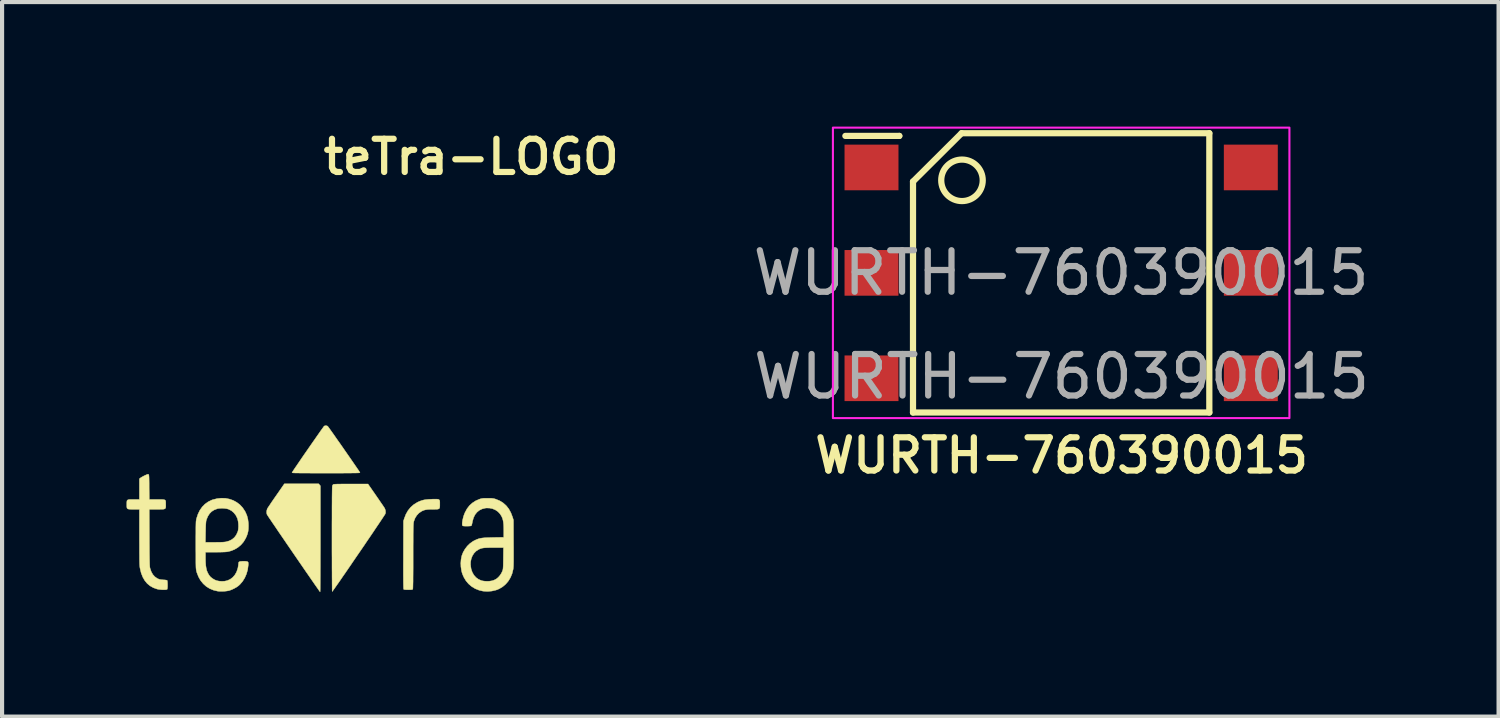
<source format=kicad_pcb>
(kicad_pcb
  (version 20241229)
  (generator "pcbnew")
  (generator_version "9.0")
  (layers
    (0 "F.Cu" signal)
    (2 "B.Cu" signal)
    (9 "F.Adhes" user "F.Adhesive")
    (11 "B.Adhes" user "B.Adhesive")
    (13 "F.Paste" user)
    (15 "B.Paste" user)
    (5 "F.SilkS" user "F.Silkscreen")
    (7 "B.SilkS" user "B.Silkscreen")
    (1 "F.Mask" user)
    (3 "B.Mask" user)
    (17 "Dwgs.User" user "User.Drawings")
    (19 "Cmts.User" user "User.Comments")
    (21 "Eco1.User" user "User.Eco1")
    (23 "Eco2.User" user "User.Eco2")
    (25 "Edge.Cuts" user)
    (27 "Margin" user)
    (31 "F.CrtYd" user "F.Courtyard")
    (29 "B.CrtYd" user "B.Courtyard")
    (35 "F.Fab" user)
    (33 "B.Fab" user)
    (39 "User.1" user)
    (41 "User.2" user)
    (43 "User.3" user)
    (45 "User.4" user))
  (footprint "teTra-LOGO"
    (layer "F.Cu")
    (at 4.802 9.231)
    (property "Reference" "teTra-LOGO" (at 3.5 -8.5 0) (unlocked yes) (layer "F.SilkS") (effects (font (size 0.8 0.8) (thickness 0.15))))
    (attr smd)
    (fp_poly (pts (xy -0.153 -0.599) (xy -0.132 -0.575) (xy -0.132 0.703) (xy -0.132 0.848) (xy -0.132 0.989) (xy -0.133 1.125) (xy -0.133 1.253) (xy -0.133 1.375) (xy -0.134 1.488) (xy -0.134 1.592) (xy -0.135 1.685) (xy -0.135 1.768) (xy -0.136 1.838) (xy -0.136 1.895) (xy -0.137 1.939) (xy -0.138 1.967) (xy -0.139 1.98) (xy -0.139 1.981) (xy -0.144 1.974) (xy -0.159 1.954) (xy -0.182 1.921) (xy -0.213 1.877) (xy -0.251 1.823) (xy -0.296 1.758) (xy -0.347 1.685) (xy -0.403 1.603) (xy -0.465 1.514) (xy -0.531 1.418) (xy -0.601 1.316) (xy -0.675 1.209) (xy -0.751 1.098) (xy -0.778 1.059) (xy -0.855 0.946) (xy -0.93 0.837) (xy -1.001 0.733) (xy -1.069 0.633) (xy -1.133 0.54) (xy -1.191 0.454) (xy -1.244 0.376) (xy -1.292 0.306) (xy -1.332 0.246) (xy -1.366 0.196) (xy -1.392 0.157) (xy -1.409 0.13) (xy -1.418 0.116) (xy -1.419 0.114) (xy -1.427 0.077) (xy -1.426 0.033) (xy -1.416 -0.008) (xy -1.411 -0.022) (xy -1.403 -0.036) (xy -1.386 -0.063) (xy -1.361 -0.099) (xy -1.331 -0.145) (xy -1.295 -0.198) (xy -1.255 -0.256) (xy -1.212 -0.318) (xy -1.197 -0.339) (xy -1 -0.623) (xy -0.173 -0.623) (xy -0.153 -0.599)) (stroke (width 0.01) (type solid)) (fill yes) (layer "F.SilkS"))
    (fp_poly (pts (xy 0.022 -2.021) (xy 0.043 -2.012) (xy 0.05 -2.003) (xy 0.066 -1.982) (xy 0.089 -1.95) (xy 0.12 -1.907) (xy 0.156 -1.856) (xy 0.198 -1.797) (xy 0.243 -1.732) (xy 0.292 -1.662) (xy 0.344 -1.589) (xy 0.397 -1.513) (xy 0.45 -1.436) (xy 0.503 -1.36) (xy 0.555 -1.285) (xy 0.605 -1.213) (xy 0.652 -1.145) (xy 0.695 -1.082) (xy 0.733 -1.027) (xy 0.766 -0.979) (xy 0.792 -0.941) (xy 0.81 -0.913) (xy 0.82 -0.897) (xy 0.821 -0.895) (xy 0.821 -0.892) (xy 0.818 -0.89) (xy 0.81 -0.889) (xy 0.798 -0.887) (xy 0.78 -0.886) (xy 0.755 -0.885) (xy 0.722 -0.884) (xy 0.681 -0.883) (xy 0.629 -0.883) (xy 0.567 -0.882) (xy 0.493 -0.882) (xy 0.407 -0.881) (xy 0.307 -0.881) (xy 0.192 -0.881) (xy 0.061 -0.881) (xy 0.003 -0.881) (xy -0.134 -0.881) (xy -0.254 -0.881) (xy -0.36 -0.881) (xy -0.452 -0.882) (xy -0.531 -0.882) (xy -0.598 -0.882) (xy -0.653 -0.883) (xy -0.699 -0.883) (xy -0.735 -0.884) (xy -0.763 -0.885) (xy -0.784 -0.886) (xy -0.799 -0.888) (xy -0.808 -0.889) (xy -0.813 -0.891) (xy -0.815 -0.893) (xy -0.815 -0.895) (xy -0.808 -0.906) (xy -0.793 -0.929) (xy -0.771 -0.963) (xy -0.741 -1.008) (xy -0.705 -1.06) (xy -0.664 -1.12) (xy -0.619 -1.186) (xy -0.571 -1.257) (xy -0.52 -1.331) (xy -0.467 -1.407) (xy -0.414 -1.484) (xy -0.361 -1.56) (xy -0.309 -1.635) (xy -0.259 -1.706) (xy -0.212 -1.774) (xy -0.169 -1.835) (xy -0.131 -1.89) (xy -0.098 -1.936) (xy -0.071 -1.973) (xy -0.052 -2) (xy -0.041 -2.014) (xy -0.039 -2.016) (xy -0.01 -2.024) (xy 0.022 -2.021)) (stroke (width 0.01) (type solid)) (fill yes) (layer "F.SilkS"))
    (fp_poly (pts (xy 1.21 -0.338) (xy 1.253 -0.276) (xy 1.293 -0.217) (xy 1.33 -0.163) (xy 1.362 -0.117) (xy 1.388 -0.078) (xy 1.407 -0.05) (xy 1.417 -0.033) (xy 1.419 -0.031) (xy 1.435 0.015) (xy 1.439 0.066) (xy 1.432 0.098) (xy 1.427 0.109) (xy 1.412 0.132) (xy 1.389 0.167) (xy 1.359 0.213) (xy 1.322 0.268) (xy 1.279 0.333) (xy 1.23 0.405) (xy 1.177 0.484) (xy 1.12 0.569) (xy 1.059 0.659) (xy 0.995 0.752) (xy 0.93 0.849) (xy 0.863 0.947) (xy 0.795 1.046) (xy 0.727 1.145) (xy 0.66 1.243) (xy 0.595 1.339) (xy 0.531 1.432) (xy 0.47 1.521) (xy 0.412 1.604) (xy 0.359 1.682) (xy 0.31 1.753) (xy 0.266 1.815) (xy 0.229 1.868) (xy 0.198 1.912) (xy 0.175 1.944) (xy 0.16 1.965) (xy 0.154 1.972) (xy 0.153 1.972) (xy 0.153 1.964) (xy 0.152 1.939) (xy 0.151 1.9) (xy 0.151 1.846) (xy 0.15 1.78) (xy 0.15 1.701) (xy 0.149 1.61) (xy 0.149 1.509) (xy 0.148 1.399) (xy 0.148 1.28) (xy 0.148 1.154) (xy 0.147 1.02) (xy 0.147 0.881) (xy 0.147 0.738) (xy 0.147 0.712) (xy 0.147 0.523) (xy 0.147 0.351) (xy 0.148 0.195) (xy 0.148 0.055) (xy 0.148 -0.07) (xy 0.149 -0.18) (xy 0.149 -0.276) (xy 0.15 -0.357) (xy 0.151 -0.425) (xy 0.152 -0.48) (xy 0.153 -0.522) (xy 0.154 -0.552) (xy 0.156 -0.57) (xy 0.156 -0.575) (xy 0.167 -0.596) (xy 0.181 -0.61) (xy 0.181 -0.61) (xy 0.193 -0.612) (xy 0.222 -0.614) (xy 0.264 -0.616) (xy 0.321 -0.617) (xy 0.391 -0.618) (xy 0.473 -0.618) (xy 0.565 -0.619) (xy 0.606 -0.619) (xy 1.015 -0.619) (xy 1.21 -0.338)) (stroke (width 0.01) (type solid)) (fill yes) (layer "F.SilkS"))
    (fp_poly (pts (xy 2.67 -0.254) (xy 2.702 -0.251) (xy 2.724 -0.244) (xy 2.737 -0.23) (xy 2.744 -0.21) (xy 2.746 -0.181) (xy 2.746 -0.142) (xy 2.746 -0.132) (xy 2.746 -0.09) (xy 2.744 -0.059) (xy 2.738 -0.037) (xy 2.726 -0.023) (xy 2.705 -0.014) (xy 2.674 -0.01) (xy 2.63 -0.009) (xy 2.579 -0.009) (xy 2.509 -0.008) (xy 2.452 -0.005) (xy 2.406 0.002) (xy 2.366 0.012) (xy 2.329 0.027) (xy 2.303 0.04) (xy 2.242 0.082) (xy 2.19 0.138) (xy 2.149 0.204) (xy 2.121 0.278) (xy 2.115 0.303) (xy 2.113 0.316) (xy 2.111 0.333) (xy 2.11 0.356) (xy 2.108 0.386) (xy 2.107 0.424) (xy 2.106 0.471) (xy 2.105 0.528) (xy 2.104 0.595) (xy 2.104 0.675) (xy 2.104 0.767) (xy 2.103 0.873) (xy 2.103 0.994) (xy 2.103 1.128) (xy 2.103 1.282) (xy 2.103 1.42) (xy 2.102 1.54) (xy 2.101 1.644) (xy 2.101 1.731) (xy 2.099 1.801) (xy 2.098 1.854) (xy 2.097 1.89) (xy 2.095 1.91) (xy 2.094 1.913) (xy 2.089 1.92) (xy 2.08 1.925) (xy 2.064 1.928) (xy 2.039 1.929) (xy 2.001 1.93) (xy 1.985 1.93) (xy 1.938 1.929) (xy 1.906 1.927) (xy 1.886 1.924) (xy 1.876 1.919) (xy 1.875 1.918) (xy 1.873 1.911) (xy 1.872 1.895) (xy 1.871 1.869) (xy 1.87 1.832) (xy 1.869 1.783) (xy 1.868 1.722) (xy 1.868 1.648) (xy 1.867 1.56) (xy 1.867 1.459) (xy 1.867 1.342) (xy 1.868 1.209) (xy 1.868 1.09) (xy 1.87 0.275) (xy 1.89 0.211) (xy 1.929 0.111) (xy 1.98 0.021) (xy 2.043 -0.057) (xy 2.118 -0.123) (xy 2.203 -0.176) (xy 2.217 -0.183) (xy 2.267 -0.205) (xy 2.315 -0.222) (xy 2.364 -0.235) (xy 2.419 -0.243) (xy 2.482 -0.249) (xy 2.558 -0.252) (xy 2.565 -0.253) (xy 2.625 -0.254) (xy 2.67 -0.254)) (stroke (width 0.01) (type solid)) (fill yes) (layer "F.SilkS"))
    (fp_poly (pts (xy -4.276 -0.851) (xy -4.274 -0.85) (xy -4.27 -0.847) (xy -4.267 -0.84) (xy -4.265 -0.829) (xy -4.263 -0.811) (xy -4.261 -0.785) (xy -4.26 -0.749) (xy -4.259 -0.702) (xy -4.258 -0.642) (xy -4.258 -0.567) (xy -4.258 -0.544) (xy -4.255 -0.246) (xy -4.07 -0.246) (xy -4.004 -0.246) (xy -3.954 -0.246) (xy -3.917 -0.243) (xy -3.89 -0.238) (xy -3.873 -0.23) (xy -3.863 -0.216) (xy -3.859 -0.196) (xy -3.858 -0.169) (xy -3.858 -0.134) (xy -3.858 -0.128) (xy -3.857 -0.091) (xy -3.858 -0.063) (xy -3.862 -0.042) (xy -3.871 -0.028) (xy -3.887 -0.018) (xy -3.912 -0.012) (xy -3.947 -0.01) (xy -3.996 -0.009) (xy -4.058 -0.009) (xy -4.07 -0.009) (xy -4.256 -0.009) (xy -4.253 0.675) (xy -4.253 0.799) (xy -4.252 0.909) (xy -4.252 1.003) (xy -4.251 1.084) (xy -4.25 1.153) (xy -4.249 1.211) (xy -4.248 1.259) (xy -4.247 1.298) (xy -4.246 1.33) (xy -4.244 1.355) (xy -4.243 1.374) (xy -4.241 1.39) (xy -4.238 1.403) (xy -4.236 1.413) (xy -4.208 1.494) (xy -4.171 1.561) (xy -4.124 1.614) (xy -4.068 1.654) (xy -4.046 1.665) (xy -4.016 1.677) (xy -3.983 1.685) (xy -3.943 1.689) (xy -3.918 1.691) (xy -3.881 1.693) (xy -3.851 1.697) (xy -3.831 1.701) (xy -3.826 1.703) (xy -3.821 1.715) (xy -3.818 1.74) (xy -3.816 1.773) (xy -3.815 1.811) (xy -3.815 1.848) (xy -3.817 1.882) (xy -3.821 1.907) (xy -3.825 1.92) (xy -3.84 1.925) (xy -3.868 1.929) (xy -3.904 1.93) (xy -3.946 1.929) (xy -3.99 1.925) (xy -4.031 1.92) (xy -4.066 1.913) (xy -4.066 1.913) (xy -4.156 1.881) (xy -4.236 1.836) (xy -4.306 1.778) (xy -4.365 1.706) (xy -4.413 1.622) (xy -4.451 1.524) (xy -4.477 1.414) (xy -4.48 1.402) (xy -4.482 1.385) (xy -4.484 1.365) (xy -4.486 1.341) (xy -4.488 1.311) (xy -4.489 1.274) (xy -4.49 1.229) (xy -4.491 1.175) (xy -4.491 1.11) (xy -4.492 1.034) (xy -4.492 0.944) (xy -4.492 0.841) (xy -4.493 0.723) (xy -4.493 0.659) (xy -4.493 -0.009) (xy -4.632 -0.009) (xy -4.689 -0.009) (xy -4.731 -0.011) (xy -4.76 -0.015) (xy -4.779 -0.023) (xy -4.791 -0.038) (xy -4.796 -0.06) (xy -4.797 -0.091) (xy -4.797 -0.128) (xy -4.797 -0.168) (xy -4.795 -0.198) (xy -4.79 -0.22) (xy -4.778 -0.233) (xy -4.758 -0.241) (xy -4.727 -0.245) (xy -4.683 -0.246) (xy -4.632 -0.246) (xy -4.493 -0.246) (xy -4.493 -0.744) (xy -4.469 -0.764) (xy -4.451 -0.776) (xy -4.422 -0.793) (xy -4.388 -0.811) (xy -4.367 -0.822) (xy -4.329 -0.839) (xy -4.303 -0.85) (xy -4.286 -0.853) (xy -4.276 -0.851)) (stroke (width 0.01) (type solid)) (fill yes) (layer "F.SilkS"))
    (fp_poly (pts (xy 3.898 -0.275) (xy 3.95 -0.275) (xy 3.989 -0.274) (xy 4.019 -0.271) (xy 4.045 -0.267) (xy 4.069 -0.261) (xy 4.097 -0.252) (xy 4.191 -0.213) (xy 4.275 -0.16) (xy 4.347 -0.095) (xy 4.408 -0.017) (xy 4.458 0.074) (xy 4.496 0.173) (xy 4.52 0.249) (xy 4.522 0.806) (xy 4.523 0.92) (xy 4.523 1.019) (xy 4.523 1.103) (xy 4.523 1.175) (xy 4.523 1.235) (xy 4.522 1.284) (xy 4.521 1.325) (xy 4.52 1.359) (xy 4.518 1.386) (xy 4.516 1.409) (xy 4.514 1.428) (xy 4.512 1.44) (xy 4.487 1.542) (xy 4.448 1.635) (xy 4.397 1.72) (xy 4.334 1.794) (xy 4.261 1.856) (xy 4.178 1.906) (xy 4.101 1.937) (xy 3.999 1.961) (xy 3.894 1.97) (xy 3.789 1.963) (xy 3.788 1.963) (xy 3.69 1.94) (xy 3.598 1.903) (xy 3.514 1.852) (xy 3.44 1.789) (xy 3.377 1.715) (xy 3.327 1.632) (xy 3.299 1.57) (xy 3.279 1.513) (xy 3.266 1.454) (xy 3.256 1.386) (xy 3.254 1.374) (xy 3.253 1.336) (xy 3.486 1.336) (xy 3.487 1.343) (xy 3.501 1.431) (xy 3.528 1.509) (xy 3.567 1.577) (xy 3.616 1.633) (xy 3.676 1.677) (xy 3.745 1.708) (xy 3.762 1.713) (xy 3.816 1.722) (xy 3.877 1.726) (xy 3.939 1.724) (xy 3.996 1.715) (xy 4.019 1.71) (xy 4.056 1.696) (xy 4.093 1.678) (xy 4.115 1.664) (xy 4.156 1.629) (xy 4.196 1.583) (xy 4.23 1.531) (xy 4.254 1.48) (xy 4.26 1.464) (xy 4.264 1.448) (xy 4.268 1.431) (xy 4.27 1.409) (xy 4.272 1.382) (xy 4.274 1.346) (xy 4.275 1.3) (xy 4.276 1.241) (xy 4.277 1.17) (xy 4.28 0.914) (xy 4.048 0.914) (xy 3.97 0.914) (xy 3.906 0.915) (xy 3.854 0.917) (xy 3.812 0.92) (xy 3.778 0.925) (xy 3.749 0.931) (xy 3.722 0.94) (xy 3.695 0.952) (xy 3.676 0.961) (xy 3.618 1) (xy 3.569 1.051) (xy 3.53 1.112) (xy 3.503 1.182) (xy 3.488 1.257) (xy 3.486 1.336) (xy 3.253 1.336) (xy 3.251 1.291) (xy 3.257 1.206) (xy 3.272 1.126) (xy 3.276 1.109) (xy 3.308 1.027) (xy 3.353 0.949) (xy 3.409 0.876) (xy 3.474 0.813) (xy 3.545 0.763) (xy 3.576 0.746) (xy 3.615 0.727) (xy 3.651 0.712) (xy 3.685 0.7) (xy 3.721 0.691) (xy 3.761 0.684) (xy 3.807 0.679) (xy 3.862 0.675) (xy 3.929 0.673) (xy 4.009 0.671) (xy 4.035 0.67) (xy 4.287 0.666) (xy 4.287 0.507) (xy 4.286 0.426) (xy 4.283 0.358) (xy 4.277 0.302) (xy 4.268 0.253) (xy 4.256 0.21) (xy 4.239 0.17) (xy 4.237 0.165) (xy 4.197 0.101) (xy 4.146 0.047) (xy 4.084 0.005) (xy 4.015 -0.024) (xy 3.941 -0.039) (xy 3.863 -0.04) (xy 3.839 -0.037) (xy 3.763 -0.017) (xy 3.696 0.016) (xy 3.64 0.063) (xy 3.593 0.122) (xy 3.558 0.194) (xy 3.534 0.279) (xy 3.53 0.299) (xy 3.523 0.334) (xy 3.516 0.363) (xy 3.509 0.382) (xy 3.507 0.386) (xy 3.495 0.391) (xy 3.47 0.394) (xy 3.437 0.396) (xy 3.4 0.397) (xy 3.363 0.397) (xy 3.33 0.395) (xy 3.306 0.392) (xy 3.297 0.389) (xy 3.288 0.374) (xy 3.285 0.347) (xy 3.287 0.309) (xy 3.293 0.264) (xy 3.304 0.214) (xy 3.317 0.163) (xy 3.334 0.114) (xy 3.352 0.07) (xy 3.401 -0.021) (xy 3.46 -0.098) (xy 3.529 -0.161) (xy 3.609 -0.213) (xy 3.699 -0.252) (xy 3.726 -0.261) (xy 3.75 -0.267) (xy 3.774 -0.271) (xy 3.802 -0.274) (xy 3.838 -0.275) (xy 3.886 -0.275) (xy 3.898 -0.275)) (stroke (width 0.01) (type solid)) (fill yes) (layer "F.SilkS"))
    (fp_poly (pts (xy -2.419 -0.274) (xy -2.323 -0.255) (xy -2.232 -0.223) (xy -2.148 -0.177) (xy -2.072 -0.119) (xy -2.006 -0.048) (xy -1.951 0.035) (xy -1.936 0.063) (xy -1.901 0.145) (xy -1.879 0.23) (xy -1.867 0.322) (xy -1.865 0.389) (xy -1.867 0.462) (xy -1.874 0.524) (xy -1.888 0.581) (xy -1.909 0.639) (xy -1.933 0.691) (xy -1.983 0.775) (xy -2.046 0.848) (xy -2.12 0.91) (xy -2.205 0.96) (xy -2.299 0.996) (xy -2.365 1.012) (xy -2.393 1.016) (xy -2.431 1.019) (xy -2.48 1.021) (xy -2.542 1.023) (xy -2.617 1.024) (xy -2.665 1.024) (xy -2.901 1.024) (xy -2.901 1.174) (xy -2.899 1.265) (xy -2.894 1.341) (xy -2.884 1.406) (xy -2.871 1.463) (xy -2.851 1.513) (xy -2.826 1.56) (xy -2.809 1.586) (xy -2.778 1.622) (xy -2.735 1.657) (xy -2.686 1.687) (xy -2.637 1.708) (xy -2.632 1.71) (xy -2.572 1.722) (xy -2.505 1.727) (xy -2.439 1.723) (xy -2.381 1.711) (xy -2.374 1.709) (xy -2.304 1.677) (xy -2.243 1.631) (xy -2.192 1.572) (xy -2.152 1.502) (xy -2.124 1.42) (xy -2.118 1.395) (xy -2.112 1.359) (xy -2.107 1.326) (xy -2.105 1.302) (xy -2.105 1.3) (xy -2.103 1.278) (xy -2.096 1.262) (xy -2.081 1.252) (xy -2.056 1.246) (xy -2.018 1.244) (xy -1.987 1.244) (xy -1.939 1.244) (xy -1.906 1.247) (xy -1.885 1.254) (xy -1.873 1.267) (xy -1.869 1.288) (xy -1.869 1.319) (xy -1.871 1.342) (xy -1.885 1.449) (xy -1.914 1.55) (xy -1.955 1.644) (xy -2.008 1.729) (xy -2.071 1.802) (xy -2.106 1.834) (xy -2.151 1.866) (xy -2.206 1.897) (xy -2.265 1.925) (xy -2.32 1.946) (xy -2.338 1.951) (xy -2.382 1.959) (xy -2.436 1.965) (xy -2.495 1.968) (xy -2.552 1.968) (xy -2.6 1.964) (xy -2.609 1.963) (xy -2.708 1.939) (xy -2.8 1.901) (xy -2.883 1.849) (xy -2.955 1.784) (xy -3.018 1.707) (xy -3.069 1.617) (xy -3.108 1.517) (xy -3.115 1.494) (xy -3.118 1.48) (xy -3.121 1.467) (xy -3.124 1.453) (xy -3.126 1.437) (xy -3.128 1.417) (xy -3.13 1.392) (xy -3.131 1.361) (xy -3.132 1.323) (xy -3.133 1.276) (xy -3.133 1.218) (xy -3.133 1.149) (xy -3.133 1.067) (xy -3.134 0.971) (xy -3.134 0.86) (xy -3.134 0.854) (xy -3.134 0.787) (xy -2.903 0.787) (xy -2.687 0.787) (xy -2.603 0.786) (xy -2.535 0.785) (xy -2.481 0.783) (xy -2.438 0.779) (xy -2.407 0.775) (xy -2.328 0.752) (xy -2.26 0.717) (xy -2.203 0.669) (xy -2.158 0.608) (xy -2.125 0.536) (xy -2.117 0.512) (xy -2.109 0.464) (xy -2.105 0.406) (xy -2.107 0.344) (xy -2.114 0.283) (xy -2.126 0.229) (xy -2.132 0.21) (xy -2.167 0.138) (xy -2.215 0.076) (xy -2.273 0.026) (xy -2.341 -0.01) (xy -2.344 -0.011) (xy -2.387 -0.023) (xy -2.441 -0.031) (xy -2.498 -0.034) (xy -2.555 -0.032) (xy -2.603 -0.026) (xy -2.618 -0.022) (xy -2.691 0.006) (xy -2.753 0.045) (xy -2.803 0.096) (xy -2.844 0.16) (xy -2.876 0.237) (xy -2.882 0.256) (xy -2.886 0.275) (xy -2.889 0.302) (xy -2.892 0.338) (xy -2.895 0.385) (xy -2.897 0.444) (xy -2.898 0.519) (xy -2.899 0.543) (xy -2.903 0.787) (xy -3.134 0.787) (xy -3.134 0.742) (xy -3.134 0.645) (xy -3.133 0.563) (xy -3.133 0.493) (xy -3.133 0.435) (xy -3.132 0.387) (xy -3.131 0.348) (xy -3.13 0.316) (xy -3.129 0.291) (xy -3.127 0.27) (xy -3.124 0.253) (xy -3.122 0.238) (xy -3.119 0.224) (xy -3.115 0.209) (xy -3.115 0.209) (xy -3.081 0.106) (xy -3.036 0.014) (xy -2.979 -0.067) (xy -2.912 -0.135) (xy -2.835 -0.19) (xy -2.749 -0.232) (xy -2.726 -0.24) (xy -2.622 -0.266) (xy -2.519 -0.277) (xy -2.419 -0.274)) (stroke (width 0.01) (type solid)) (fill yes) (layer "F.SilkS")))
  (footprint "WURTH-760390015"
    (layer "F.Cu")
    (at 22.53 3.525)
    (property "Reference" "WURTH-760390015" (at 0 4.4 0) (unlocked yes) (layer "F.SilkS") (effects (font (size 0.8 0.8) (thickness 0.15) (bold yes))))
    (attr smd)
    (fp_line (start -5.21 -3.3) (end -3.91 -3.3) (stroke (width 0.15) (type solid)) (layer "F.SilkS"))
    (fp_line (start -3.91 -3.3) (end -3.91 -3.3) (stroke (width 0.15) (type solid)) (layer "F.SilkS"))
    (fp_line (start -3.58 -2.2) (end -2.41 -3.365) (stroke (width 0.15) (type solid)) (layer "F.SilkS"))
    (fp_line (start -3.58 3.365) (end -3.58 -2.2) (stroke (width 0.15) (type solid)) (layer "F.SilkS"))
    (fp_line (start -2.41 -3.365) (end 3.56 -3.365) (stroke (width 0.15) (type solid)) (layer "F.SilkS"))
    (fp_line (start 3.56 -3.365) (end 3.56 3.365) (stroke (width 0.15) (type solid)) (layer "F.SilkS"))
    (fp_line (start 3.56 3.365) (end -3.58 3.365) (stroke (width 0.15) (type solid)) (layer "F.SilkS"))
    (fp_circle (center -2.4 -2.23) (end -2 -1.93) (stroke (width 0.15) (type solid)) (fill no) (layer "F.SilkS"))
    (fp_rect (start -5.51 -3.5) (end 5.49 3.5) (stroke (width 0.05) (type default)) (fill no) (layer "F.CrtYd"))
    (fp_text user "${REFERENCE}" (at -0.01 0 0) (layer "F.Fab") (effects (font (size 1 1) (thickness 0.15))))
    (fp_text user "${REFERENCE}" (at 0 2.5 0) (unlocked yes) (layer "F.Fab") (effects (font (size 1 1) (thickness 0.15))))
    (pad "1" smd rect (at -4.58 -2.54) (size 1.3 1.1) (layers "F.Cu" "F.Mask" "F.Paste"))
    (pad "2" smd rect (at -4.58 0) (size 1.3 1.1) (layers "F.Cu" "F.Mask" "F.Paste"))
    (pad "3" smd rect (at -4.58 2.54) (size 1.3 1.1) (layers "F.Cu" "F.Mask" "F.Paste"))
    (pad "4" smd rect (at 4.56 2.54) (size 1.3 1.1) (layers "F.Cu" "F.Mask" "F.Paste"))
    (pad "5" smd rect (at 4.56 0) (size 1.3 1.1) (layers "F.Cu" "F.Mask" "F.Paste"))
    (pad "6" smd rect (at 4.56 -2.54) (size 1.3 1.1) (layers "F.Cu" "F.Mask" "F.Paste")))
  (gr_rect
    (start -3 -3)
    (end 33.06 14.217)
    (stroke (width 0.1) (type default))
    (fill no)
    (layer "Edge.Cuts")))
</source>
